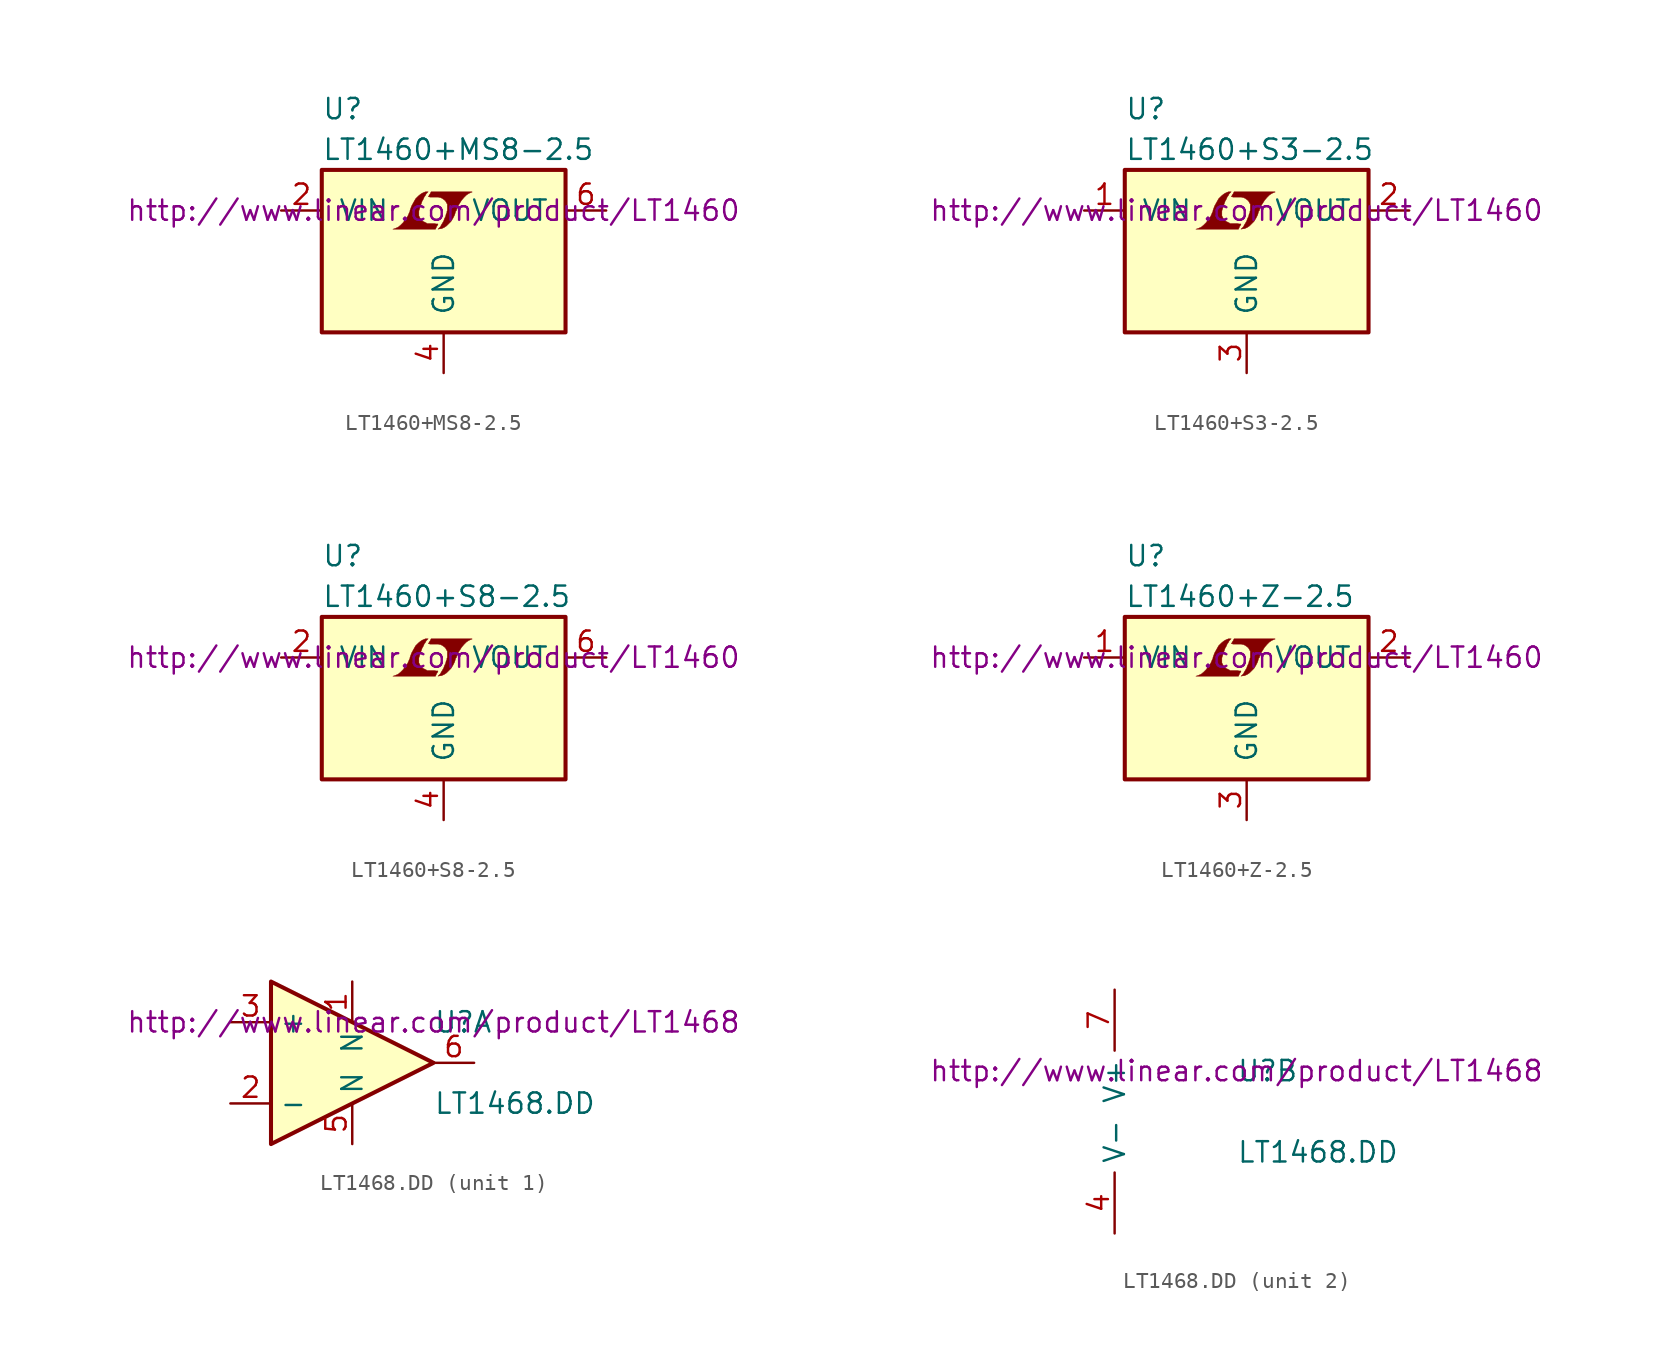
<source format=kicad_sym>
(kicad_symbol_lib
  (version 20201005)
  (generator kicad_symbol_editor)
  (symbol "LT1460+MS8-2.5"
    (pin_names
      (offset 1.016))
    (property "Reference" "U"
      (at -7.62 8.89 0)
      (effects (font (size 1.27 1.27)) (justify left)))
    (property "Value" "LT1460+MS8-2.5"
      (at -7.62 6.35 0)
      (effects (font (size 1.27 1.27)) (justify left)))
    (property "Datasheet" "http://www.linear.com/product/LT1460"
      (at -0.635 2.54 0)
      (effects (font (size 1.27 1.27))))
    (symbol "LT1460+MS8-2.5_0_0"
      (polyline (pts (xy -0.432 1.549) (xy -0.406 1.575) (xy -0.356 1.676) (xy -0.356 1.702) (xy -0.483 1.702) (xy -0.584 1.727) (xy -1.041 1.727) (xy -1.067 1.753) (xy -1.321 1.88) (xy -1.422 1.981) (xy -1.499 2.108) (xy -1.549 2.21) (xy -1.549 2.515) (xy -1.499 2.667) (xy -1.473 2.769) (xy -1.448 2.845) (xy -1.397 2.972) (xy -1.346 3.124) (xy -1.27 3.251) (xy -1.219 3.378) (xy -1.143 3.48) (xy -1.092 3.581) (xy -0.965 3.708) (xy -1.143 3.708) (xy -1.27 3.658) (xy -1.372 3.607) (xy -1.448 3.556) (xy -1.575 3.454) (xy -1.753 3.277) (xy -2.007 2.819) (xy -2.108 2.54) (xy -2.108 2.489) (xy -2.159 2.388) (xy -2.21 2.261) (xy -2.261 2.159) (xy -2.388 1.981) (xy -2.54 1.778) (xy -2.692 1.626) (xy -2.845 1.499) (xy -3.023 1.422) (xy -3.175 1.372) (xy -0.508 1.372) (xy -0.432 1.549)) (stroke (width 0.025)) (fill (type outline)))
      (polyline (pts (xy -0.229 1.397) (xy -0.152 1.397) (xy 0.025 1.473) (xy 0.178 1.575) (xy 0.457 1.854) (xy 0.584 2.057) (xy 0.686 2.261) (xy 0.762 2.515) (xy 0.787 2.515) (xy 0.864 2.769) (xy 1.118 3.175) (xy 1.27 3.353) (xy 1.422 3.505) (xy 1.575 3.607) (xy 1.753 3.683) (xy 1.778 3.683) (xy 1.778 3.708) (xy -0.787 3.708) (xy -0.864 3.556) (xy -0.889 3.531) (xy -0.94 3.429) (xy -0.965 3.404) (xy -0.914 3.404) (xy -0.864 3.378) (xy -0.33 3.378) (xy -0.279 3.353) (xy -0.229 3.353) (xy -0.152 3.327) (xy -0.025 3.251) (xy 0.102 3.15) (xy 0.178 3.023) (xy 0.203 2.972) (xy 0.229 2.946) (xy 0.229 2.54) (xy 0.203 2.489) (xy 0.203 2.413) (xy 0.152 2.311) (xy 0.127 2.184) (xy 0.051 2.032) (xy 0 1.88) (xy -0.152 1.626) (xy -0.203 1.524) (xy -0.356 1.372) (xy -0.229 1.397)) (stroke (width 0.025)) (fill (type outline))))
    (symbol "LT1460+MS8-2.5_0_1"
      (rectangle (start -7.62 5.08) (end 7.62 -5.08) (stroke (width 0.254)) (fill (type background))))
    (symbol "LT1460+MS8-2.5_1_1"
      (pin unconnected line (at -10.16 0 0) (length 2.54) hide (name "DNC" (effects (font (size 1.27 1.27)))) (number "1" (effects (font (size 1.27 1.27)))))
      (pin power_in line (at -10.16 2.54 0) (length 2.54) (name "VIN" (effects (font (size 1.27 1.27)))) (number "2" (effects (font (size 1.27 1.27)))))
      (pin unconnected line (at -5.08 -7.62 90) (length 2.54) hide (name "DNC" (effects (font (size 1.27 1.27)))) (number "3" (effects (font (size 1.27 1.27)))))
      (pin power_in line (at 0 -7.62 90) (length 2.54) (name "GND" (effects (font (size 1.27 1.27)))) (number "4" (effects (font (size 1.27 1.27)))))
      (pin unconnected line (at -2.54 -7.62 90) (length 2.54) hide (name "DNC" (effects (font (size 1.27 1.27)))) (number "5" (effects (font (size 1.27 1.27)))))
      (pin power_out line (at 10.16 2.54 180) (length 2.54) (name "VOUT" (effects (font (size 1.27 1.27)))) (number "6" (effects (font (size 1.27 1.27)))))
      (pin unconnected line (at 2.54 -7.62 90) (length 2.54) hide (name "DNC" (effects (font (size 1.27 1.27)))) (number "7" (effects (font (size 1.27 1.27)))))
      (pin unconnected line (at 5.08 -7.62 90) (length 2.54) hide (name "DNC" (effects (font (size 1.27 1.27)))) (number "8" (effects (font (size 1.27 1.27)))))))
  (symbol "LT1460+S3-2.5"
    (pin_names
      (offset 1.016))
    (property "Reference" "U"
      (at -7.62 8.89 0)
      (effects (font (size 1.27 1.27)) (justify left)))
    (property "Value" "LT1460+S3-2.5"
      (at -7.62 6.35 0)
      (effects (font (size 1.27 1.27)) (justify left)))
    (property "Datasheet" "http://www.linear.com/product/LT1460"
      (at -0.635 2.54 0)
      (effects (font (size 1.27 1.27))))
    (symbol "LT1460+S3-2.5_0_0"
      (polyline (pts (xy -0.432 1.549) (xy -0.406 1.575) (xy -0.356 1.676) (xy -0.356 1.702) (xy -0.483 1.702) (xy -0.584 1.727) (xy -1.041 1.727) (xy -1.067 1.753) (xy -1.321 1.88) (xy -1.422 1.981) (xy -1.499 2.108) (xy -1.549 2.21) (xy -1.549 2.515) (xy -1.499 2.667) (xy -1.473 2.769) (xy -1.448 2.845) (xy -1.397 2.972) (xy -1.346 3.124) (xy -1.27 3.251) (xy -1.219 3.378) (xy -1.143 3.48) (xy -1.092 3.581) (xy -0.965 3.708) (xy -1.143 3.708) (xy -1.27 3.658) (xy -1.372 3.607) (xy -1.448 3.556) (xy -1.575 3.454) (xy -1.753 3.277) (xy -2.007 2.819) (xy -2.108 2.54) (xy -2.108 2.489) (xy -2.159 2.388) (xy -2.21 2.261) (xy -2.261 2.159) (xy -2.388 1.981) (xy -2.54 1.778) (xy -2.692 1.626) (xy -2.845 1.499) (xy -3.023 1.422) (xy -3.175 1.372) (xy -0.508 1.372) (xy -0.432 1.549)) (stroke (width 0.025)) (fill (type outline)))
      (polyline (pts (xy -0.229 1.397) (xy -0.152 1.397) (xy 0.025 1.473) (xy 0.178 1.575) (xy 0.457 1.854) (xy 0.584 2.057) (xy 0.686 2.261) (xy 0.762 2.515) (xy 0.787 2.515) (xy 0.864 2.769) (xy 1.118 3.175) (xy 1.27 3.353) (xy 1.422 3.505) (xy 1.575 3.607) (xy 1.753 3.683) (xy 1.778 3.683) (xy 1.778 3.708) (xy -0.787 3.708) (xy -0.864 3.556) (xy -0.889 3.531) (xy -0.94 3.429) (xy -0.965 3.404) (xy -0.914 3.404) (xy -0.864 3.378) (xy -0.33 3.378) (xy -0.279 3.353) (xy -0.229 3.353) (xy -0.152 3.327) (xy -0.025 3.251) (xy 0.102 3.15) (xy 0.178 3.023) (xy 0.203 2.972) (xy 0.229 2.946) (xy 0.229 2.54) (xy 0.203 2.489) (xy 0.203 2.413) (xy 0.152 2.311) (xy 0.127 2.184) (xy 0.051 2.032) (xy 0 1.88) (xy -0.152 1.626) (xy -0.203 1.524) (xy -0.356 1.372) (xy -0.229 1.397)) (stroke (width 0.025)) (fill (type outline))))
    (symbol "LT1460+S3-2.5_0_1"
      (rectangle (start -7.62 5.08) (end 7.62 -5.08) (stroke (width 0.254)) (fill (type background))))
    (symbol "LT1460+S3-2.5_1_1"
      (pin power_in line (at -10.16 2.54 0) (length 2.54) (name "VIN" (effects (font (size 1.27 1.27)))) (number "1" (effects (font (size 1.27 1.27)))))
      (pin power_out line (at 10.16 2.54 180) (length 2.54) (name "VOUT" (effects (font (size 1.27 1.27)))) (number "2" (effects (font (size 1.27 1.27)))))
      (pin power_in line (at 0 -7.62 90) (length 2.54) (name "GND" (effects (font (size 1.27 1.27)))) (number "3" (effects (font (size 1.27 1.27)))))))
  (symbol "LT1460+S8-2.5"
    (pin_names
      (offset 1.016))
    (property "Reference" "U"
      (at -7.62 8.89 0)
      (effects (font (size 1.27 1.27)) (justify left)))
    (property "Value" "LT1460+S8-2.5"
      (at -7.62 6.35 0)
      (effects (font (size 1.27 1.27)) (justify left)))
    (property "Datasheet" "http://www.linear.com/product/LT1460"
      (at -0.635 2.54 0)
      (effects (font (size 1.27 1.27))))
    (symbol "LT1460+S8-2.5_0_0"
      (polyline (pts (xy -0.432 1.549) (xy -0.406 1.575) (xy -0.356 1.676) (xy -0.356 1.702) (xy -0.483 1.702) (xy -0.584 1.727) (xy -1.041 1.727) (xy -1.067 1.753) (xy -1.321 1.88) (xy -1.422 1.981) (xy -1.499 2.108) (xy -1.549 2.21) (xy -1.549 2.515) (xy -1.499 2.667) (xy -1.473 2.769) (xy -1.448 2.845) (xy -1.397 2.972) (xy -1.346 3.124) (xy -1.27 3.251) (xy -1.219 3.378) (xy -1.143 3.48) (xy -1.092 3.581) (xy -0.965 3.708) (xy -1.143 3.708) (xy -1.27 3.658) (xy -1.372 3.607) (xy -1.448 3.556) (xy -1.575 3.454) (xy -1.753 3.277) (xy -2.007 2.819) (xy -2.108 2.54) (xy -2.108 2.489) (xy -2.159 2.388) (xy -2.21 2.261) (xy -2.261 2.159) (xy -2.388 1.981) (xy -2.54 1.778) (xy -2.692 1.626) (xy -2.845 1.499) (xy -3.023 1.422) (xy -3.175 1.372) (xy -0.508 1.372) (xy -0.432 1.549)) (stroke (width 0.025)) (fill (type outline)))
      (polyline (pts (xy -0.229 1.397) (xy -0.152 1.397) (xy 0.025 1.473) (xy 0.178 1.575) (xy 0.457 1.854) (xy 0.584 2.057) (xy 0.686 2.261) (xy 0.762 2.515) (xy 0.787 2.515) (xy 0.864 2.769) (xy 1.118 3.175) (xy 1.27 3.353) (xy 1.422 3.505) (xy 1.575 3.607) (xy 1.753 3.683) (xy 1.778 3.683) (xy 1.778 3.708) (xy -0.787 3.708) (xy -0.864 3.556) (xy -0.889 3.531) (xy -0.94 3.429) (xy -0.965 3.404) (xy -0.914 3.404) (xy -0.864 3.378) (xy -0.33 3.378) (xy -0.279 3.353) (xy -0.229 3.353) (xy -0.152 3.327) (xy -0.025 3.251) (xy 0.102 3.15) (xy 0.178 3.023) (xy 0.203 2.972) (xy 0.229 2.946) (xy 0.229 2.54) (xy 0.203 2.489) (xy 0.203 2.413) (xy 0.152 2.311) (xy 0.127 2.184) (xy 0.051 2.032) (xy 0 1.88) (xy -0.152 1.626) (xy -0.203 1.524) (xy -0.356 1.372) (xy -0.229 1.397)) (stroke (width 0.025)) (fill (type outline))))
    (symbol "LT1460+S8-2.5_0_1"
      (rectangle (start -7.62 5.08) (end 7.62 -5.08) (stroke (width 0.254)) (fill (type background))))
    (symbol "LT1460+S8-2.5_1_1"
      (pin unconnected line (at -10.16 0 0) (length 2.54) hide (name "DNC" (effects (font (size 1.27 1.27)))) (number "1" (effects (font (size 1.27 1.27)))))
      (pin power_in line (at -10.16 2.54 0) (length 2.54) (name "VIN" (effects (font (size 1.27 1.27)))) (number "2" (effects (font (size 1.27 1.27)))))
      (pin unconnected line (at -5.08 -7.62 90) (length 2.54) hide (name "DNC" (effects (font (size 1.27 1.27)))) (number "3" (effects (font (size 1.27 1.27)))))
      (pin power_in line (at 0 -7.62 90) (length 2.54) (name "GND" (effects (font (size 1.27 1.27)))) (number "4" (effects (font (size 1.27 1.27)))))
      (pin unconnected line (at -2.54 -7.62 90) (length 2.54) hide (name "DNC" (effects (font (size 1.27 1.27)))) (number "5" (effects (font (size 1.27 1.27)))))
      (pin power_out line (at 10.16 2.54 180) (length 2.54) (name "VOUT" (effects (font (size 1.27 1.27)))) (number "6" (effects (font (size 1.27 1.27)))))
      (pin unconnected line (at 2.54 -7.62 90) (length 2.54) hide (name "DNC" (effects (font (size 1.27 1.27)))) (number "7" (effects (font (size 1.27 1.27)))))
      (pin unconnected line (at 5.08 -7.62 90) (length 2.54) hide (name "DNC" (effects (font (size 1.27 1.27)))) (number "8" (effects (font (size 1.27 1.27)))))))
  (symbol "LT1460+Z-2.5"
    (pin_names
      (offset 1.016))
    (property "Reference" "U"
      (at -7.62 8.89 0)
      (effects (font (size 1.27 1.27)) (justify left)))
    (property "Value" "LT1460+Z-2.5"
      (at -7.62 6.35 0)
      (effects (font (size 1.27 1.27)) (justify left)))
    (property "Datasheet" "http://www.linear.com/product/LT1460"
      (at -0.635 2.54 0)
      (effects (font (size 1.27 1.27))))
    (symbol "LT1460+Z-2.5_0_0"
      (polyline (pts (xy -0.432 1.549) (xy -0.406 1.575) (xy -0.356 1.676) (xy -0.356 1.702) (xy -0.483 1.702) (xy -0.584 1.727) (xy -1.041 1.727) (xy -1.067 1.753) (xy -1.321 1.88) (xy -1.422 1.981) (xy -1.499 2.108) (xy -1.549 2.21) (xy -1.549 2.515) (xy -1.499 2.667) (xy -1.473 2.769) (xy -1.448 2.845) (xy -1.397 2.972) (xy -1.346 3.124) (xy -1.27 3.251) (xy -1.219 3.378) (xy -1.143 3.48) (xy -1.092 3.581) (xy -0.965 3.708) (xy -1.143 3.708) (xy -1.27 3.658) (xy -1.372 3.607) (xy -1.448 3.556) (xy -1.575 3.454) (xy -1.753 3.277) (xy -2.007 2.819) (xy -2.108 2.54) (xy -2.108 2.489) (xy -2.159 2.388) (xy -2.21 2.261) (xy -2.261 2.159) (xy -2.388 1.981) (xy -2.54 1.778) (xy -2.692 1.626) (xy -2.845 1.499) (xy -3.023 1.422) (xy -3.175 1.372) (xy -0.508 1.372) (xy -0.432 1.549)) (stroke (width 0.025)) (fill (type outline)))
      (polyline (pts (xy -0.229 1.397) (xy -0.152 1.397) (xy 0.025 1.473) (xy 0.178 1.575) (xy 0.457 1.854) (xy 0.584 2.057) (xy 0.686 2.261) (xy 0.762 2.515) (xy 0.787 2.515) (xy 0.864 2.769) (xy 1.118 3.175) (xy 1.27 3.353) (xy 1.422 3.505) (xy 1.575 3.607) (xy 1.753 3.683) (xy 1.778 3.683) (xy 1.778 3.708) (xy -0.787 3.708) (xy -0.864 3.556) (xy -0.889 3.531) (xy -0.94 3.429) (xy -0.965 3.404) (xy -0.914 3.404) (xy -0.864 3.378) (xy -0.33 3.378) (xy -0.279 3.353) (xy -0.229 3.353) (xy -0.152 3.327) (xy -0.025 3.251) (xy 0.102 3.15) (xy 0.178 3.023) (xy 0.203 2.972) (xy 0.229 2.946) (xy 0.229 2.54) (xy 0.203 2.489) (xy 0.203 2.413) (xy 0.152 2.311) (xy 0.127 2.184) (xy 0.051 2.032) (xy 0 1.88) (xy -0.152 1.626) (xy -0.203 1.524) (xy -0.356 1.372) (xy -0.229 1.397)) (stroke (width 0.025)) (fill (type outline))))
    (symbol "LT1460+Z-2.5_0_1"
      (rectangle (start -7.62 5.08) (end 7.62 -5.08) (stroke (width 0.254)) (fill (type background))))
    (symbol "LT1460+Z-2.5_1_1"
      (pin power_in line (at -10.16 2.54 0) (length 2.54) (name "VIN" (effects (font (size 1.27 1.27)))) (number "1" (effects (font (size 1.27 1.27)))))
      (pin power_out line (at 10.16 2.54 180) (length 2.54) (name "VOUT" (effects (font (size 1.27 1.27)))) (number "2" (effects (font (size 1.27 1.27)))))
      (pin power_in line (at 0 -7.62 90) (length 2.54) (name "GND" (effects (font (size 1.27 1.27)))) (number "3" (effects (font (size 1.27 1.27)))))))
  (symbol "LT1468.DD"
    (property "Reference" "U"
      (at 5.08 2.54 0)
      (effects (font (size 1.27 1.27)) (justify left)))
    (property "Value" "LT1468.DD"
      (at 5.08 -2.54 0)
      (effects (font (size 1.27 1.27)) (justify left)))
    (property "Datasheet" "http://www.linear.com/product/LT1468"
      (at 5.08 2.54 0)
      (effects (font (size 1.27 1.27))))
    (property "ki_locked" ""
      (at 0 0 0)
      (effects (font (size 1.27 1.27))))
    (symbol "LT1468.DD_1_1"
      (polyline (pts (xy 5.08 0) (xy -5.08 5.08) (xy -5.08 -5.08) (xy 5.08 0)) (stroke (width 0.254)) (fill (type background)))
      (pin passive line (at 0 5.08 270) (length 2.54) (name "N" (effects (font (size 1.27 1.27)))) (number "1" (effects (font (size 1.27 1.27)))))
      (pin input line (at -7.62 -2.54 0) (length 2.54) (name "-" (effects (font (size 1.27 1.27)))) (number "2" (effects (font (size 1.27 1.27)))))
      (pin input line (at -7.62 2.54 0) (length 2.54) (name "+" (effects (font (size 1.27 1.27)))) (number "3" (effects (font (size 1.27 1.27)))))
      (pin passive line (at 0 -5.08 90) (length 2.54) (name "N" (effects (font (size 1.27 1.27)))) (number "5" (effects (font (size 1.27 1.27)))))
      (pin output line (at 7.62 0 180) (length 2.54) (name "~" (effects (font (size 1.27 1.27)))) (number "6" (effects (font (size 1.27 1.27))))))
    (symbol "LT1468.DD_2_1"
      (pin power_in line (at -2.54 -7.62 90) (length 3.81) (name "V-" (effects (font (size 1.27 1.27)))) (number "4" (effects (font (size 1.27 1.27)))))
      (pin power_in line (at -2.54 7.62 270) (length 3.81) (name "V+" (effects (font (size 1.27 1.27)))) (number "7" (effects (font (size 1.27 1.27)))))
      (pin unconnected line (at -7.62 0 0) (length 2.54) hide (name "DNC" (effects (font (size 1.27 1.27)))) (number "8" (effects (font (size 1.27 1.27))))))))
</source>
